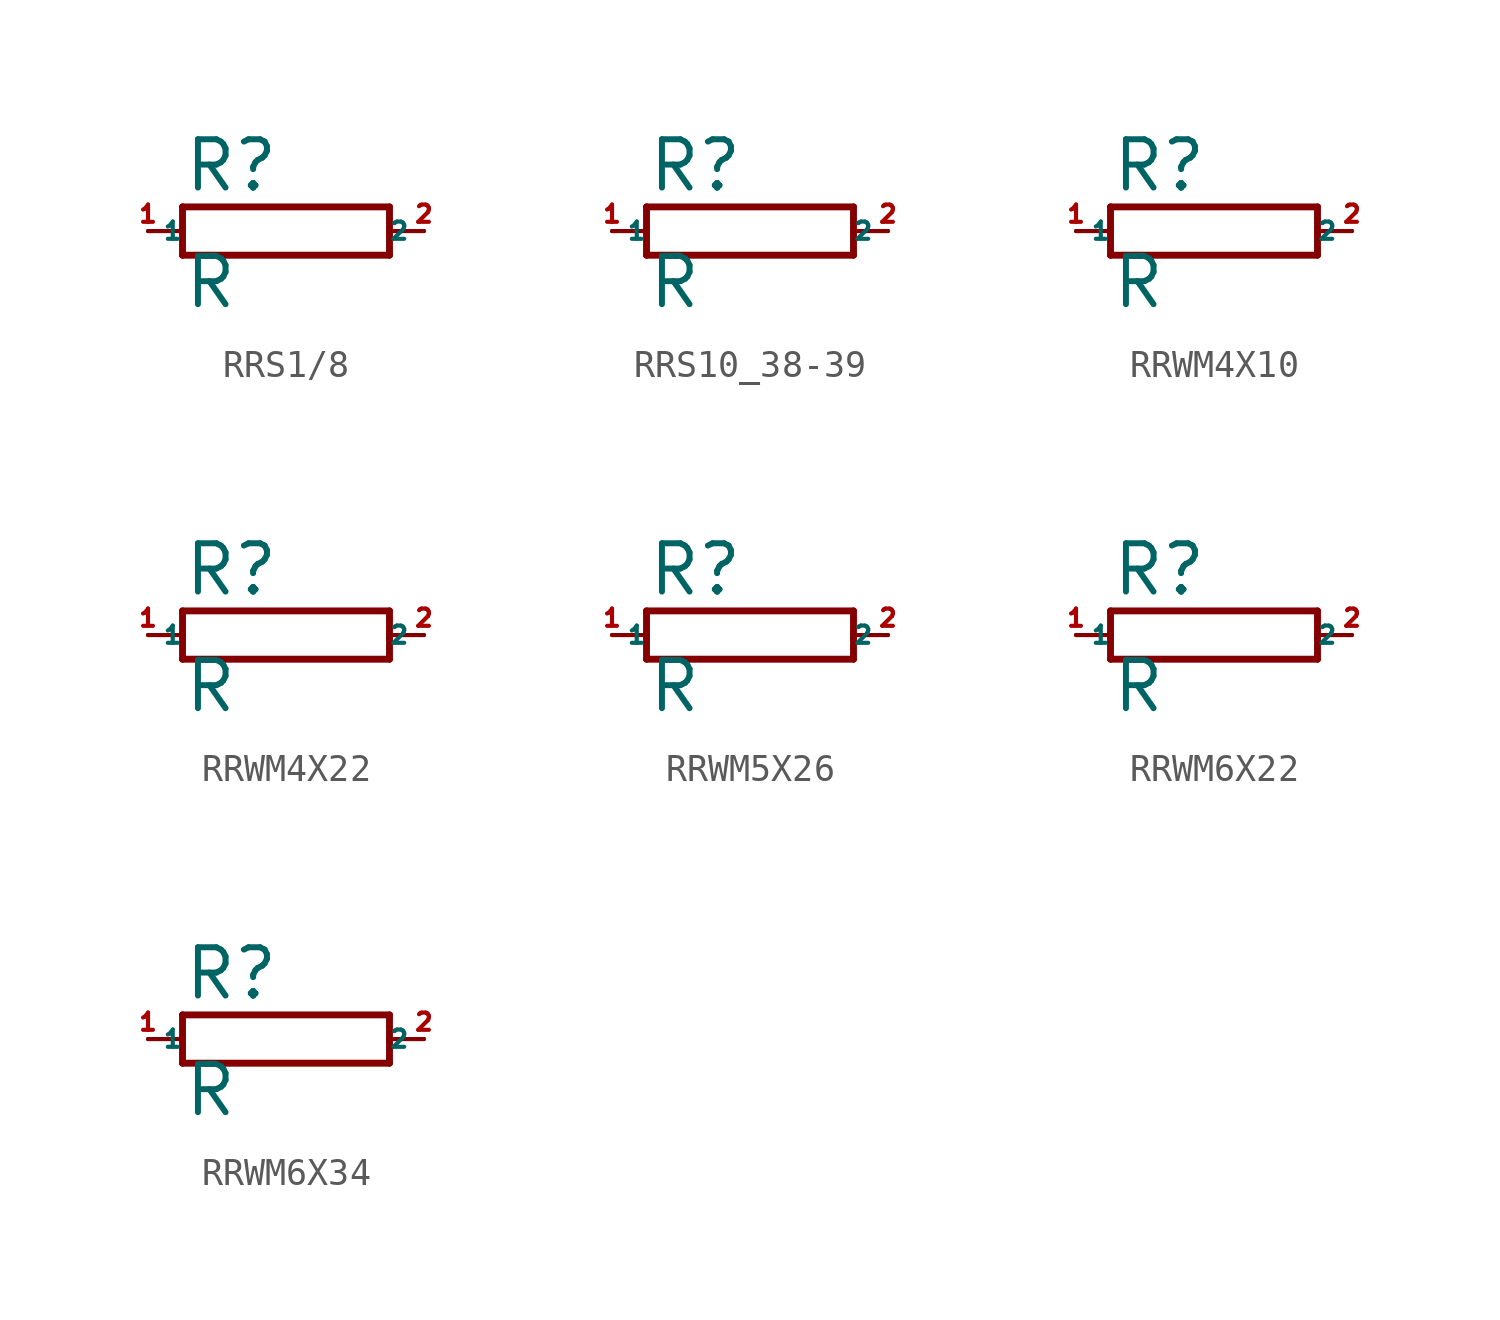
<source format=kicad_sym>
(kicad_symbol_lib
  (version 20220914)
  (generator Eagle2Kicad)
  (symbol "RRS1/8"
    (property "Reference" "R"
      (at -3.81 1.372 0)
      (effects (font (size 1.778 1.778) (thickness 0.22)) (justify left bottom)))
    (property "Value" "R"
      (at -3.81 -2.921 0)
      (effects (font (size 1.778 1.778) (thickness 0.22)) (justify left bottom)))
    (polyline
      (pts (xy -3.81 -0.889) (xy 3.81 -0.889))
      (stroke (width 0.254) (type default))
      (fill (type none)))
    (polyline
      (pts (xy 3.81 -0.889) (xy 3.81 0))
      (stroke (width 0.254) (type default))
      (fill (type none)))
    (polyline
      (pts (xy 3.81 0.889) (xy -3.81 0.889))
      (stroke (width 0.254) (type default))
      (fill (type none)))
    (polyline
      (pts (xy -3.81 -0.889) (xy -3.81 0))
      (stroke (width 0.254) (type default))
      (fill (type none)))
    (polyline
      (pts (xy 3.81 0) (xy 5.08 0))
      (stroke (width 0.152) (type default))
      (fill (type none)))
    (polyline
      (pts (xy 3.81 0) (xy 3.81 0.889))
      (stroke (width 0.254) (type default))
      (fill (type none)))
    (polyline
      (pts (xy -5.08 0) (xy -3.81 0))
      (stroke (width 0.152) (type default))
      (fill (type none)))
    (polyline
      (pts (xy -3.81 0) (xy -3.81 0.889))
      (stroke (width 0.254) (type default))
      (fill (type none)))
    (pin passive line
      (at 5.08 0 180)
      (length 0)
      (name "2" (effects (font (size 0.635 0.635) (thickness 0.08)) (justify left bottom)))
      (number "2" (effects (font (size 0.635 0.635) (thickness 0.08)) (justify left bottom))))
    (pin passive line
      (at -5.08 0 0)
      (length 0)
      (name "1" (effects (font (size 0.635 0.635) (thickness 0.08)) (justify left bottom)))
      (number "1" (effects (font (size 0.635 0.635) (thickness 0.08)) (justify left bottom)))))
  (symbol "RRS10_38-39"
    (property "Reference" "R"
      (at -3.81 1.372 0)
      (effects (font (size 1.778 1.778) (thickness 0.22)) (justify left bottom)))
    (property "Value" "R"
      (at -3.81 -2.921 0)
      (effects (font (size 1.778 1.778) (thickness 0.22)) (justify left bottom)))
    (polyline
      (pts (xy -3.81 -0.889) (xy 3.81 -0.889))
      (stroke (width 0.254) (type default))
      (fill (type none)))
    (polyline
      (pts (xy 3.81 -0.889) (xy 3.81 0))
      (stroke (width 0.254) (type default))
      (fill (type none)))
    (polyline
      (pts (xy 3.81 0.889) (xy -3.81 0.889))
      (stroke (width 0.254) (type default))
      (fill (type none)))
    (polyline
      (pts (xy -3.81 -0.889) (xy -3.81 0))
      (stroke (width 0.254) (type default))
      (fill (type none)))
    (polyline
      (pts (xy 3.81 0) (xy 5.08 0))
      (stroke (width 0.152) (type default))
      (fill (type none)))
    (polyline
      (pts (xy 3.81 0) (xy 3.81 0.889))
      (stroke (width 0.254) (type default))
      (fill (type none)))
    (polyline
      (pts (xy -5.08 0) (xy -3.81 0))
      (stroke (width 0.152) (type default))
      (fill (type none)))
    (polyline
      (pts (xy -3.81 0) (xy -3.81 0.889))
      (stroke (width 0.254) (type default))
      (fill (type none)))
    (pin passive line
      (at 5.08 0 180)
      (length 0)
      (name "2" (effects (font (size 0.635 0.635) (thickness 0.08)) (justify left bottom)))
      (number "2" (effects (font (size 0.635 0.635) (thickness 0.08)) (justify left bottom))))
    (pin passive line
      (at -5.08 0 0)
      (length 0)
      (name "1" (effects (font (size 0.635 0.635) (thickness 0.08)) (justify left bottom)))
      (number "1" (effects (font (size 0.635 0.635) (thickness 0.08)) (justify left bottom)))))
  (symbol "RRWM4X10"
    (property "Reference" "R"
      (at -3.81 1.372 0)
      (effects (font (size 1.778 1.778) (thickness 0.22)) (justify left bottom)))
    (property "Value" "R"
      (at -3.81 -2.921 0)
      (effects (font (size 1.778 1.778) (thickness 0.22)) (justify left bottom)))
    (polyline
      (pts (xy -3.81 -0.889) (xy 3.81 -0.889))
      (stroke (width 0.254) (type default))
      (fill (type none)))
    (polyline
      (pts (xy 3.81 -0.889) (xy 3.81 0))
      (stroke (width 0.254) (type default))
      (fill (type none)))
    (polyline
      (pts (xy 3.81 0.889) (xy -3.81 0.889))
      (stroke (width 0.254) (type default))
      (fill (type none)))
    (polyline
      (pts (xy -3.81 -0.889) (xy -3.81 0))
      (stroke (width 0.254) (type default))
      (fill (type none)))
    (polyline
      (pts (xy 3.81 0) (xy 5.08 0))
      (stroke (width 0.152) (type default))
      (fill (type none)))
    (polyline
      (pts (xy 3.81 0) (xy 3.81 0.889))
      (stroke (width 0.254) (type default))
      (fill (type none)))
    (polyline
      (pts (xy -5.08 0) (xy -3.81 0))
      (stroke (width 0.152) (type default))
      (fill (type none)))
    (polyline
      (pts (xy -3.81 0) (xy -3.81 0.889))
      (stroke (width 0.254) (type default))
      (fill (type none)))
    (pin passive line
      (at 5.08 0 180)
      (length 0)
      (name "2" (effects (font (size 0.635 0.635) (thickness 0.08)) (justify left bottom)))
      (number "2" (effects (font (size 0.635 0.635) (thickness 0.08)) (justify left bottom))))
    (pin passive line
      (at -5.08 0 0)
      (length 0)
      (name "1" (effects (font (size 0.635 0.635) (thickness 0.08)) (justify left bottom)))
      (number "1" (effects (font (size 0.635 0.635) (thickness 0.08)) (justify left bottom)))))
  (symbol "RRWM4X22"
    (property "Reference" "R"
      (at -3.81 1.372 0)
      (effects (font (size 1.778 1.778) (thickness 0.22)) (justify left bottom)))
    (property "Value" "R"
      (at -3.81 -2.921 0)
      (effects (font (size 1.778 1.778) (thickness 0.22)) (justify left bottom)))
    (polyline
      (pts (xy -3.81 -0.889) (xy 3.81 -0.889))
      (stroke (width 0.254) (type default))
      (fill (type none)))
    (polyline
      (pts (xy 3.81 -0.889) (xy 3.81 0))
      (stroke (width 0.254) (type default))
      (fill (type none)))
    (polyline
      (pts (xy 3.81 0.889) (xy -3.81 0.889))
      (stroke (width 0.254) (type default))
      (fill (type none)))
    (polyline
      (pts (xy -3.81 -0.889) (xy -3.81 0))
      (stroke (width 0.254) (type default))
      (fill (type none)))
    (polyline
      (pts (xy 3.81 0) (xy 5.08 0))
      (stroke (width 0.152) (type default))
      (fill (type none)))
    (polyline
      (pts (xy 3.81 0) (xy 3.81 0.889))
      (stroke (width 0.254) (type default))
      (fill (type none)))
    (polyline
      (pts (xy -5.08 0) (xy -3.81 0))
      (stroke (width 0.152) (type default))
      (fill (type none)))
    (polyline
      (pts (xy -3.81 0) (xy -3.81 0.889))
      (stroke (width 0.254) (type default))
      (fill (type none)))
    (pin passive line
      (at 5.08 0 180)
      (length 0)
      (name "2" (effects (font (size 0.635 0.635) (thickness 0.08)) (justify left bottom)))
      (number "2" (effects (font (size 0.635 0.635) (thickness 0.08)) (justify left bottom))))
    (pin passive line
      (at -5.08 0 0)
      (length 0)
      (name "1" (effects (font (size 0.635 0.635) (thickness 0.08)) (justify left bottom)))
      (number "1" (effects (font (size 0.635 0.635) (thickness 0.08)) (justify left bottom)))))
  (symbol "RRWM5X26"
    (property "Reference" "R"
      (at -3.81 1.372 0)
      (effects (font (size 1.778 1.778) (thickness 0.22)) (justify left bottom)))
    (property "Value" "R"
      (at -3.81 -2.921 0)
      (effects (font (size 1.778 1.778) (thickness 0.22)) (justify left bottom)))
    (polyline
      (pts (xy -3.81 -0.889) (xy 3.81 -0.889))
      (stroke (width 0.254) (type default))
      (fill (type none)))
    (polyline
      (pts (xy 3.81 -0.889) (xy 3.81 0))
      (stroke (width 0.254) (type default))
      (fill (type none)))
    (polyline
      (pts (xy 3.81 0.889) (xy -3.81 0.889))
      (stroke (width 0.254) (type default))
      (fill (type none)))
    (polyline
      (pts (xy -3.81 -0.889) (xy -3.81 0))
      (stroke (width 0.254) (type default))
      (fill (type none)))
    (polyline
      (pts (xy 3.81 0) (xy 5.08 0))
      (stroke (width 0.152) (type default))
      (fill (type none)))
    (polyline
      (pts (xy 3.81 0) (xy 3.81 0.889))
      (stroke (width 0.254) (type default))
      (fill (type none)))
    (polyline
      (pts (xy -5.08 0) (xy -3.81 0))
      (stroke (width 0.152) (type default))
      (fill (type none)))
    (polyline
      (pts (xy -3.81 0) (xy -3.81 0.889))
      (stroke (width 0.254) (type default))
      (fill (type none)))
    (pin passive line
      (at 5.08 0 180)
      (length 0)
      (name "2" (effects (font (size 0.635 0.635) (thickness 0.08)) (justify left bottom)))
      (number "2" (effects (font (size 0.635 0.635) (thickness 0.08)) (justify left bottom))))
    (pin passive line
      (at -5.08 0 0)
      (length 0)
      (name "1" (effects (font (size 0.635 0.635) (thickness 0.08)) (justify left bottom)))
      (number "1" (effects (font (size 0.635 0.635) (thickness 0.08)) (justify left bottom)))))
  (symbol "RRWM6X22"
    (property "Reference" "R"
      (at -3.81 1.372 0)
      (effects (font (size 1.778 1.778) (thickness 0.22)) (justify left bottom)))
    (property "Value" "R"
      (at -3.81 -2.921 0)
      (effects (font (size 1.778 1.778) (thickness 0.22)) (justify left bottom)))
    (polyline
      (pts (xy -3.81 -0.889) (xy 3.81 -0.889))
      (stroke (width 0.254) (type default))
      (fill (type none)))
    (polyline
      (pts (xy 3.81 -0.889) (xy 3.81 0))
      (stroke (width 0.254) (type default))
      (fill (type none)))
    (polyline
      (pts (xy 3.81 0.889) (xy -3.81 0.889))
      (stroke (width 0.254) (type default))
      (fill (type none)))
    (polyline
      (pts (xy -3.81 -0.889) (xy -3.81 0))
      (stroke (width 0.254) (type default))
      (fill (type none)))
    (polyline
      (pts (xy 3.81 0) (xy 5.08 0))
      (stroke (width 0.152) (type default))
      (fill (type none)))
    (polyline
      (pts (xy 3.81 0) (xy 3.81 0.889))
      (stroke (width 0.254) (type default))
      (fill (type none)))
    (polyline
      (pts (xy -5.08 0) (xy -3.81 0))
      (stroke (width 0.152) (type default))
      (fill (type none)))
    (polyline
      (pts (xy -3.81 0) (xy -3.81 0.889))
      (stroke (width 0.254) (type default))
      (fill (type none)))
    (pin passive line
      (at 5.08 0 180)
      (length 0)
      (name "2" (effects (font (size 0.635 0.635) (thickness 0.08)) (justify left bottom)))
      (number "2" (effects (font (size 0.635 0.635) (thickness 0.08)) (justify left bottom))))
    (pin passive line
      (at -5.08 0 0)
      (length 0)
      (name "1" (effects (font (size 0.635 0.635) (thickness 0.08)) (justify left bottom)))
      (number "1" (effects (font (size 0.635 0.635) (thickness 0.08)) (justify left bottom)))))
  (symbol "RRWM6X34"
    (property "Reference" "R"
      (at -3.81 1.372 0)
      (effects (font (size 1.778 1.778) (thickness 0.22)) (justify left bottom)))
    (property "Value" "R"
      (at -3.81 -2.921 0)
      (effects (font (size 1.778 1.778) (thickness 0.22)) (justify left bottom)))
    (polyline
      (pts (xy -3.81 -0.889) (xy 3.81 -0.889))
      (stroke (width 0.254) (type default))
      (fill (type none)))
    (polyline
      (pts (xy 3.81 -0.889) (xy 3.81 0))
      (stroke (width 0.254) (type default))
      (fill (type none)))
    (polyline
      (pts (xy 3.81 0.889) (xy -3.81 0.889))
      (stroke (width 0.254) (type default))
      (fill (type none)))
    (polyline
      (pts (xy -3.81 -0.889) (xy -3.81 0))
      (stroke (width 0.254) (type default))
      (fill (type none)))
    (polyline
      (pts (xy 3.81 0) (xy 5.08 0))
      (stroke (width 0.152) (type default))
      (fill (type none)))
    (polyline
      (pts (xy 3.81 0) (xy 3.81 0.889))
      (stroke (width 0.254) (type default))
      (fill (type none)))
    (polyline
      (pts (xy -5.08 0) (xy -3.81 0))
      (stroke (width 0.152) (type default))
      (fill (type none)))
    (polyline
      (pts (xy -3.81 0) (xy -3.81 0.889))
      (stroke (width 0.254) (type default))
      (fill (type none)))
    (pin passive line
      (at 5.08 0 180)
      (length 0)
      (name "2" (effects (font (size 0.635 0.635) (thickness 0.08)) (justify left bottom)))
      (number "2" (effects (font (size 0.635 0.635) (thickness 0.08)) (justify left bottom))))
    (pin passive line
      (at -5.08 0 0)
      (length 0)
      (name "1" (effects (font (size 0.635 0.635) (thickness 0.08)) (justify left bottom)))
      (number "1" (effects (font (size 0.635 0.635) (thickness 0.08)) (justify left bottom))))))
</source>
